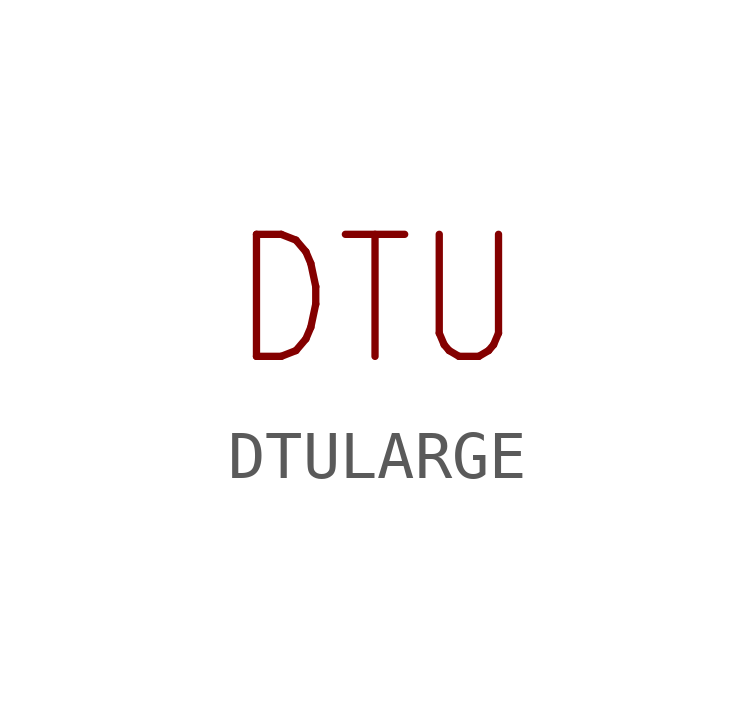
<source format=kicad_sym>
(kicad_symbol_lib
  (version 20220914)
  (generator kicad_symbol_editor)
  (symbol "DTULARGE"
    (property "Reference" ""
      (at 0 0 0)
      (effects (font (size 1.27 1.27)) hide))
    (property "ki_locked" ""
      (at 0 0 0)
      (effects (font (size 1.27 1.27))))
    (symbol "DTULARGE_1_0"
      (text "DTU" (at 0 0 0) (effects (font (size 2.54 2.159)) (justify bottom))))))
</source>
